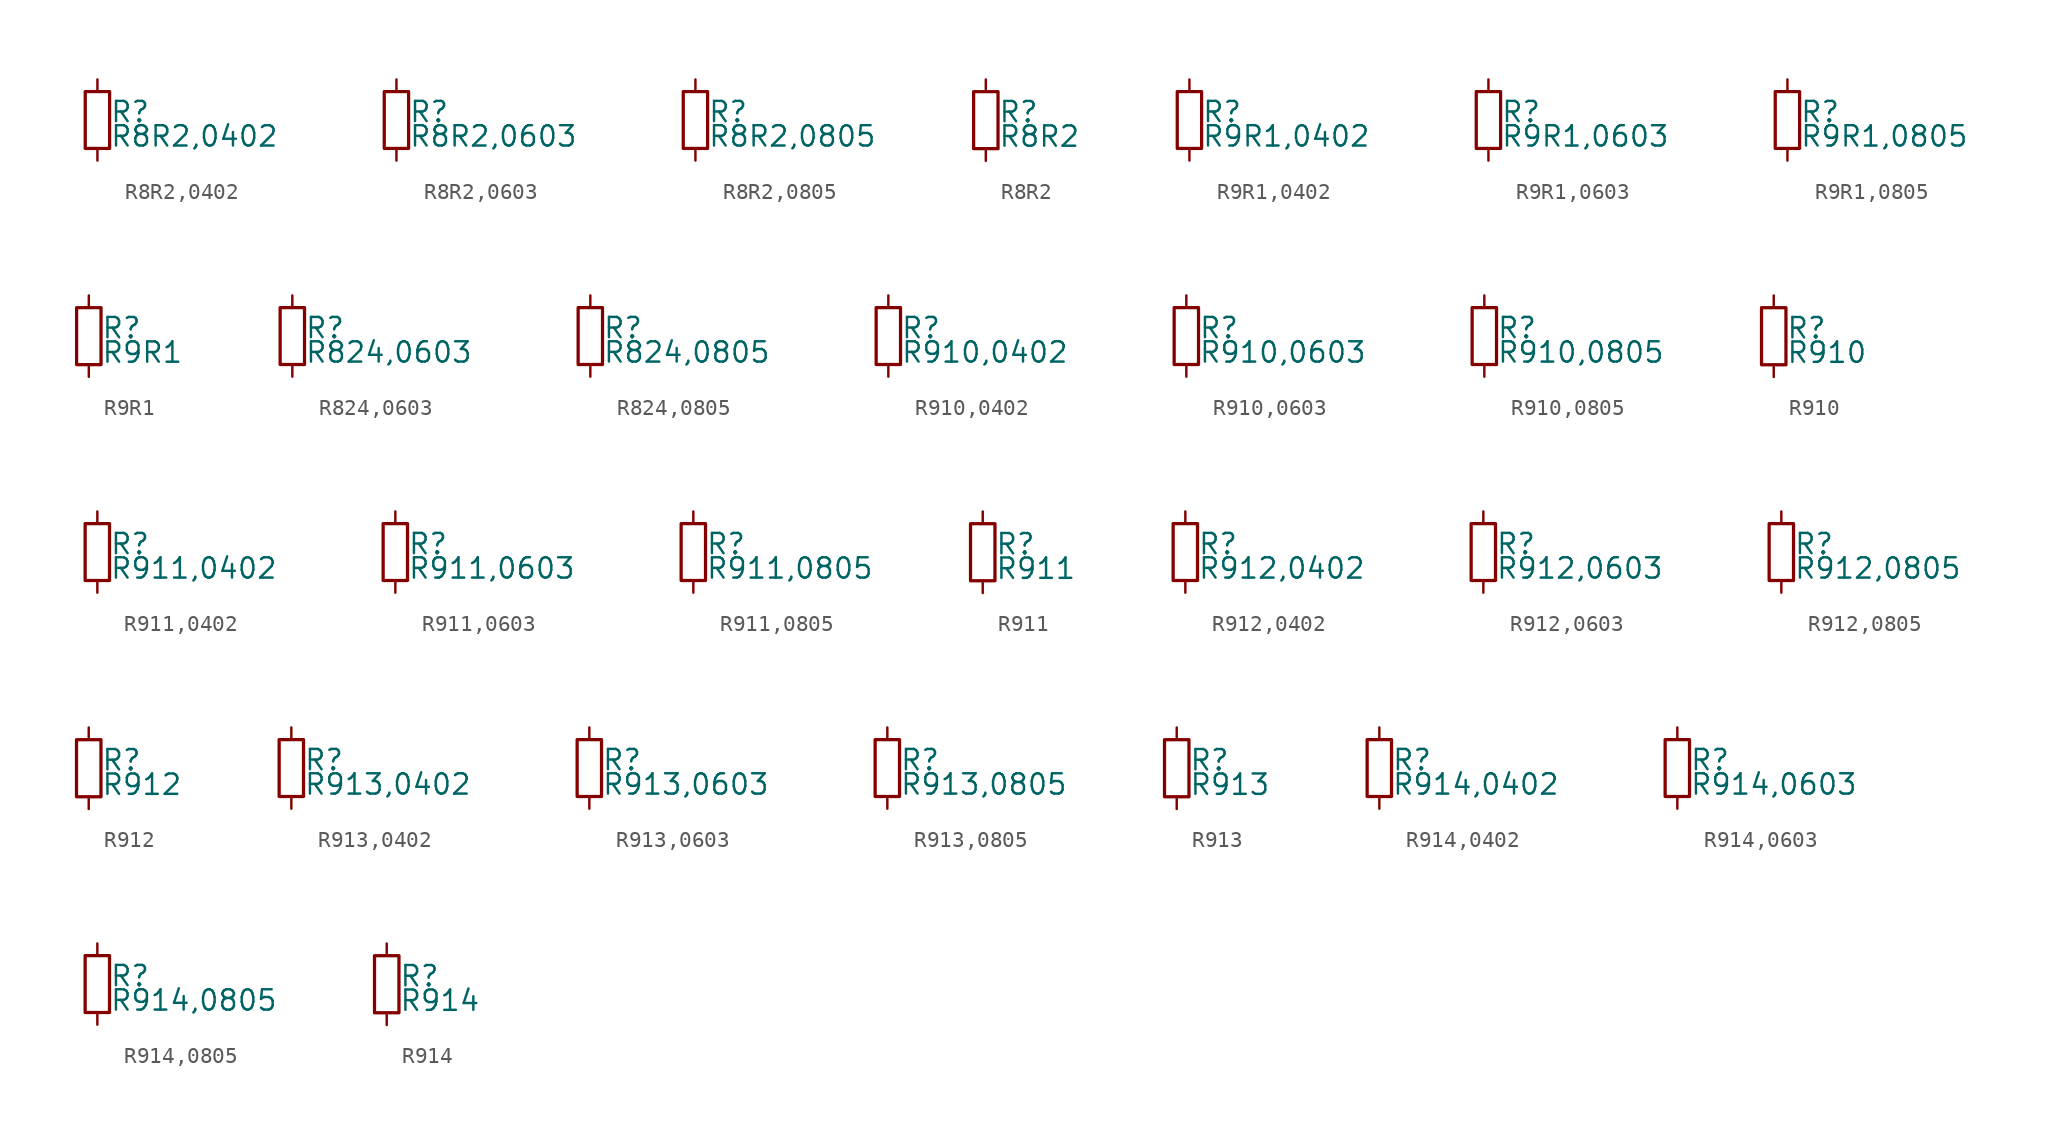
<source format=kicad_sym>
(kicad_symbol_lib
  (version 20211014)
  (generator kicad_symbol_editor)
  (symbol "R8R2,0402"
    (pin_numbers hide)
    (pin_names
      (offset 0.254) hide)
    (property "Reference" "R"
      (at 0.762 0.508 0)
      (effects (font (size 1.27 1.27)) (justify left)))
    (property "Value" "R8R2,0402"
      (at 0.762 -1.016 0)
      (effects (font (size 1.27 1.27)) (justify left)))
    (symbol "R8R2,0402_0_1"
      (rectangle (start -0.762 1.778) (end 0.762 -1.778) (stroke (width 0.203) (type default) (color 0 0 0 0)) (fill (type none))))
    (symbol "R8R2,0402_1_1"
      (pin passive line (at 0 2.54 270) (length 0.762) (name "~" (effects (font (size 1.27 1.27)))) (number "1" (effects (font (size 1.27 1.27)))))
      (pin passive line (at 0 -2.54 90) (length 0.762) (name "~" (effects (font (size 1.27 1.27)))) (number "2" (effects (font (size 1.27 1.27)))))))
  (symbol "R8R2,0603"
    (pin_numbers hide)
    (pin_names
      (offset 0.254) hide)
    (property "Reference" "R"
      (at 0.762 0.508 0)
      (effects (font (size 1.27 1.27)) (justify left)))
    (property "Value" "R8R2,0603"
      (at 0.762 -1.016 0)
      (effects (font (size 1.27 1.27)) (justify left)))
    (symbol "R8R2,0603_0_1"
      (rectangle (start -0.762 1.778) (end 0.762 -1.778) (stroke (width 0.203) (type default) (color 0 0 0 0)) (fill (type none))))
    (symbol "R8R2,0603_1_1"
      (pin passive line (at 0 2.54 270) (length 0.762) (name "~" (effects (font (size 1.27 1.27)))) (number "1" (effects (font (size 1.27 1.27)))))
      (pin passive line (at 0 -2.54 90) (length 0.762) (name "~" (effects (font (size 1.27 1.27)))) (number "2" (effects (font (size 1.27 1.27)))))))
  (symbol "R8R2,0805"
    (pin_numbers hide)
    (pin_names
      (offset 0.254) hide)
    (property "Reference" "R"
      (at 0.762 0.508 0)
      (effects (font (size 1.27 1.27)) (justify left)))
    (property "Value" "R8R2,0805"
      (at 0.762 -1.016 0)
      (effects (font (size 1.27 1.27)) (justify left)))
    (symbol "R8R2,0805_0_1"
      (rectangle (start -0.762 1.778) (end 0.762 -1.778) (stroke (width 0.203) (type default) (color 0 0 0 0)) (fill (type none))))
    (symbol "R8R2,0805_1_1"
      (pin passive line (at 0 2.54 270) (length 0.762) (name "~" (effects (font (size 1.27 1.27)))) (number "1" (effects (font (size 1.27 1.27)))))
      (pin passive line (at 0 -2.54 90) (length 0.762) (name "~" (effects (font (size 1.27 1.27)))) (number "2" (effects (font (size 1.27 1.27)))))))
  (symbol "R8R2"
    (pin_numbers hide)
    (pin_names
      (offset 0.254) hide)
    (property "Reference" "R"
      (at 0.762 0.508 0)
      (effects (font (size 1.27 1.27)) (justify left)))
    (property "Value" "R8R2"
      (at 0.762 -1.016 0)
      (effects (font (size 1.27 1.27)) (justify left)))
    (symbol "R8R2_0_1"
      (rectangle (start -0.762 1.778) (end 0.762 -1.778) (stroke (width 0.203) (type default) (color 0 0 0 0)) (fill (type none))))
    (symbol "R8R2_1_1"
      (pin passive line (at 0 2.54 270) (length 0.762) (name "~" (effects (font (size 1.27 1.27)))) (number "1" (effects (font (size 1.27 1.27)))))
      (pin passive line (at 0 -2.54 90) (length 0.762) (name "~" (effects (font (size 1.27 1.27)))) (number "2" (effects (font (size 1.27 1.27)))))))
  (symbol "R9R1,0402"
    (pin_numbers hide)
    (pin_names
      (offset 0.254) hide)
    (property "Reference" "R"
      (at 0.762 0.508 0)
      (effects (font (size 1.27 1.27)) (justify left)))
    (property "Value" "R9R1,0402"
      (at 0.762 -1.016 0)
      (effects (font (size 1.27 1.27)) (justify left)))
    (symbol "R9R1,0402_0_1"
      (rectangle (start -0.762 1.778) (end 0.762 -1.778) (stroke (width 0.203) (type default) (color 0 0 0 0)) (fill (type none))))
    (symbol "R9R1,0402_1_1"
      (pin passive line (at 0 2.54 270) (length 0.762) (name "~" (effects (font (size 1.27 1.27)))) (number "1" (effects (font (size 1.27 1.27)))))
      (pin passive line (at 0 -2.54 90) (length 0.762) (name "~" (effects (font (size 1.27 1.27)))) (number "2" (effects (font (size 1.27 1.27)))))))
  (symbol "R9R1,0603"
    (pin_numbers hide)
    (pin_names
      (offset 0.254) hide)
    (property "Reference" "R"
      (at 0.762 0.508 0)
      (effects (font (size 1.27 1.27)) (justify left)))
    (property "Value" "R9R1,0603"
      (at 0.762 -1.016 0)
      (effects (font (size 1.27 1.27)) (justify left)))
    (symbol "R9R1,0603_0_1"
      (rectangle (start -0.762 1.778) (end 0.762 -1.778) (stroke (width 0.203) (type default) (color 0 0 0 0)) (fill (type none))))
    (symbol "R9R1,0603_1_1"
      (pin passive line (at 0 2.54 270) (length 0.762) (name "~" (effects (font (size 1.27 1.27)))) (number "1" (effects (font (size 1.27 1.27)))))
      (pin passive line (at 0 -2.54 90) (length 0.762) (name "~" (effects (font (size 1.27 1.27)))) (number "2" (effects (font (size 1.27 1.27)))))))
  (symbol "R9R1,0805"
    (pin_numbers hide)
    (pin_names
      (offset 0.254) hide)
    (property "Reference" "R"
      (at 0.762 0.508 0)
      (effects (font (size 1.27 1.27)) (justify left)))
    (property "Value" "R9R1,0805"
      (at 0.762 -1.016 0)
      (effects (font (size 1.27 1.27)) (justify left)))
    (symbol "R9R1,0805_0_1"
      (rectangle (start -0.762 1.778) (end 0.762 -1.778) (stroke (width 0.203) (type default) (color 0 0 0 0)) (fill (type none))))
    (symbol "R9R1,0805_1_1"
      (pin passive line (at 0 2.54 270) (length 0.762) (name "~" (effects (font (size 1.27 1.27)))) (number "1" (effects (font (size 1.27 1.27)))))
      (pin passive line (at 0 -2.54 90) (length 0.762) (name "~" (effects (font (size 1.27 1.27)))) (number "2" (effects (font (size 1.27 1.27)))))))
  (symbol "R9R1"
    (pin_numbers hide)
    (pin_names
      (offset 0.254) hide)
    (property "Reference" "R"
      (at 0.762 0.508 0)
      (effects (font (size 1.27 1.27)) (justify left)))
    (property "Value" "R9R1"
      (at 0.762 -1.016 0)
      (effects (font (size 1.27 1.27)) (justify left)))
    (symbol "R9R1_0_1"
      (rectangle (start -0.762 1.778) (end 0.762 -1.778) (stroke (width 0.203) (type default) (color 0 0 0 0)) (fill (type none))))
    (symbol "R9R1_1_1"
      (pin passive line (at 0 2.54 270) (length 0.762) (name "~" (effects (font (size 1.27 1.27)))) (number "1" (effects (font (size 1.27 1.27)))))
      (pin passive line (at 0 -2.54 90) (length 0.762) (name "~" (effects (font (size 1.27 1.27)))) (number "2" (effects (font (size 1.27 1.27)))))))
  (symbol "R824,0603"
    (pin_numbers hide)
    (pin_names
      (offset 0.254) hide)
    (property "Reference" "R"
      (at 0.762 0.508 0)
      (effects (font (size 1.27 1.27)) (justify left)))
    (property "Value" "R824,0603"
      (at 0.762 -1.016 0)
      (effects (font (size 1.27 1.27)) (justify left)))
    (symbol "R824,0603_0_1"
      (rectangle (start -0.762 1.778) (end 0.762 -1.778) (stroke (width 0.203) (type default) (color 0 0 0 0)) (fill (type none))))
    (symbol "R824,0603_1_1"
      (pin passive line (at 0 2.54 270) (length 0.762) (name "~" (effects (font (size 1.27 1.27)))) (number "1" (effects (font (size 1.27 1.27)))))
      (pin passive line (at 0 -2.54 90) (length 0.762) (name "~" (effects (font (size 1.27 1.27)))) (number "2" (effects (font (size 1.27 1.27)))))))
  (symbol "R824,0805"
    (pin_numbers hide)
    (pin_names
      (offset 0.254) hide)
    (property "Reference" "R"
      (at 0.762 0.508 0)
      (effects (font (size 1.27 1.27)) (justify left)))
    (property "Value" "R824,0805"
      (at 0.762 -1.016 0)
      (effects (font (size 1.27 1.27)) (justify left)))
    (symbol "R824,0805_0_1"
      (rectangle (start -0.762 1.778) (end 0.762 -1.778) (stroke (width 0.203) (type default) (color 0 0 0 0)) (fill (type none))))
    (symbol "R824,0805_1_1"
      (pin passive line (at 0 2.54 270) (length 0.762) (name "~" (effects (font (size 1.27 1.27)))) (number "1" (effects (font (size 1.27 1.27)))))
      (pin passive line (at 0 -2.54 90) (length 0.762) (name "~" (effects (font (size 1.27 1.27)))) (number "2" (effects (font (size 1.27 1.27)))))))
  (symbol "R910,0402"
    (pin_numbers hide)
    (pin_names
      (offset 0.254) hide)
    (property "Reference" "R"
      (at 0.762 0.508 0)
      (effects (font (size 1.27 1.27)) (justify left)))
    (property "Value" "R910,0402"
      (at 0.762 -1.016 0)
      (effects (font (size 1.27 1.27)) (justify left)))
    (symbol "R910,0402_0_1"
      (rectangle (start -0.762 1.778) (end 0.762 -1.778) (stroke (width 0.203) (type default) (color 0 0 0 0)) (fill (type none))))
    (symbol "R910,0402_1_1"
      (pin passive line (at 0 2.54 270) (length 0.762) (name "~" (effects (font (size 1.27 1.27)))) (number "1" (effects (font (size 1.27 1.27)))))
      (pin passive line (at 0 -2.54 90) (length 0.762) (name "~" (effects (font (size 1.27 1.27)))) (number "2" (effects (font (size 1.27 1.27)))))))
  (symbol "R910,0603"
    (pin_numbers hide)
    (pin_names
      (offset 0.254) hide)
    (property "Reference" "R"
      (at 0.762 0.508 0)
      (effects (font (size 1.27 1.27)) (justify left)))
    (property "Value" "R910,0603"
      (at 0.762 -1.016 0)
      (effects (font (size 1.27 1.27)) (justify left)))
    (symbol "R910,0603_0_1"
      (rectangle (start -0.762 1.778) (end 0.762 -1.778) (stroke (width 0.203) (type default) (color 0 0 0 0)) (fill (type none))))
    (symbol "R910,0603_1_1"
      (pin passive line (at 0 2.54 270) (length 0.762) (name "~" (effects (font (size 1.27 1.27)))) (number "1" (effects (font (size 1.27 1.27)))))
      (pin passive line (at 0 -2.54 90) (length 0.762) (name "~" (effects (font (size 1.27 1.27)))) (number "2" (effects (font (size 1.27 1.27)))))))
  (symbol "R910,0805"
    (pin_numbers hide)
    (pin_names
      (offset 0.254) hide)
    (property "Reference" "R"
      (at 0.762 0.508 0)
      (effects (font (size 1.27 1.27)) (justify left)))
    (property "Value" "R910,0805"
      (at 0.762 -1.016 0)
      (effects (font (size 1.27 1.27)) (justify left)))
    (symbol "R910,0805_0_1"
      (rectangle (start -0.762 1.778) (end 0.762 -1.778) (stroke (width 0.203) (type default) (color 0 0 0 0)) (fill (type none))))
    (symbol "R910,0805_1_1"
      (pin passive line (at 0 2.54 270) (length 0.762) (name "~" (effects (font (size 1.27 1.27)))) (number "1" (effects (font (size 1.27 1.27)))))
      (pin passive line (at 0 -2.54 90) (length 0.762) (name "~" (effects (font (size 1.27 1.27)))) (number "2" (effects (font (size 1.27 1.27)))))))
  (symbol "R910"
    (pin_numbers hide)
    (pin_names
      (offset 0.254) hide)
    (property "Reference" "R"
      (at 0.762 0.508 0)
      (effects (font (size 1.27 1.27)) (justify left)))
    (property "Value" "R910"
      (at 0.762 -1.016 0)
      (effects (font (size 1.27 1.27)) (justify left)))
    (symbol "R910_0_1"
      (rectangle (start -0.762 1.778) (end 0.762 -1.778) (stroke (width 0.203) (type default) (color 0 0 0 0)) (fill (type none))))
    (symbol "R910_1_1"
      (pin passive line (at 0 2.54 270) (length 0.762) (name "~" (effects (font (size 1.27 1.27)))) (number "1" (effects (font (size 1.27 1.27)))))
      (pin passive line (at 0 -2.54 90) (length 0.762) (name "~" (effects (font (size 1.27 1.27)))) (number "2" (effects (font (size 1.27 1.27)))))))
  (symbol "R911,0402"
    (pin_numbers hide)
    (pin_names
      (offset 0.254) hide)
    (property "Reference" "R"
      (at 0.762 0.508 0)
      (effects (font (size 1.27 1.27)) (justify left)))
    (property "Value" "R911,0402"
      (at 0.762 -1.016 0)
      (effects (font (size 1.27 1.27)) (justify left)))
    (symbol "R911,0402_0_1"
      (rectangle (start -0.762 1.778) (end 0.762 -1.778) (stroke (width 0.203) (type default) (color 0 0 0 0)) (fill (type none))))
    (symbol "R911,0402_1_1"
      (pin passive line (at 0 2.54 270) (length 0.762) (name "~" (effects (font (size 1.27 1.27)))) (number "1" (effects (font (size 1.27 1.27)))))
      (pin passive line (at 0 -2.54 90) (length 0.762) (name "~" (effects (font (size 1.27 1.27)))) (number "2" (effects (font (size 1.27 1.27)))))))
  (symbol "R911,0603"
    (pin_numbers hide)
    (pin_names
      (offset 0.254) hide)
    (property "Reference" "R"
      (at 0.762 0.508 0)
      (effects (font (size 1.27 1.27)) (justify left)))
    (property "Value" "R911,0603"
      (at 0.762 -1.016 0)
      (effects (font (size 1.27 1.27)) (justify left)))
    (symbol "R911,0603_0_1"
      (rectangle (start -0.762 1.778) (end 0.762 -1.778) (stroke (width 0.203) (type default) (color 0 0 0 0)) (fill (type none))))
    (symbol "R911,0603_1_1"
      (pin passive line (at 0 2.54 270) (length 0.762) (name "~" (effects (font (size 1.27 1.27)))) (number "1" (effects (font (size 1.27 1.27)))))
      (pin passive line (at 0 -2.54 90) (length 0.762) (name "~" (effects (font (size 1.27 1.27)))) (number "2" (effects (font (size 1.27 1.27)))))))
  (symbol "R911,0805"
    (pin_numbers hide)
    (pin_names
      (offset 0.254) hide)
    (property "Reference" "R"
      (at 0.762 0.508 0)
      (effects (font (size 1.27 1.27)) (justify left)))
    (property "Value" "R911,0805"
      (at 0.762 -1.016 0)
      (effects (font (size 1.27 1.27)) (justify left)))
    (symbol "R911,0805_0_1"
      (rectangle (start -0.762 1.778) (end 0.762 -1.778) (stroke (width 0.203) (type default) (color 0 0 0 0)) (fill (type none))))
    (symbol "R911,0805_1_1"
      (pin passive line (at 0 2.54 270) (length 0.762) (name "~" (effects (font (size 1.27 1.27)))) (number "1" (effects (font (size 1.27 1.27)))))
      (pin passive line (at 0 -2.54 90) (length 0.762) (name "~" (effects (font (size 1.27 1.27)))) (number "2" (effects (font (size 1.27 1.27)))))))
  (symbol "R911"
    (pin_numbers hide)
    (pin_names
      (offset 0.254) hide)
    (property "Reference" "R"
      (at 0.762 0.508 0)
      (effects (font (size 1.27 1.27)) (justify left)))
    (property "Value" "R911"
      (at 0.762 -1.016 0)
      (effects (font (size 1.27 1.27)) (justify left)))
    (symbol "R911_0_1"
      (rectangle (start -0.762 1.778) (end 0.762 -1.778) (stroke (width 0.203) (type default) (color 0 0 0 0)) (fill (type none))))
    (symbol "R911_1_1"
      (pin passive line (at 0 2.54 270) (length 0.762) (name "~" (effects (font (size 1.27 1.27)))) (number "1" (effects (font (size 1.27 1.27)))))
      (pin passive line (at 0 -2.54 90) (length 0.762) (name "~" (effects (font (size 1.27 1.27)))) (number "2" (effects (font (size 1.27 1.27)))))))
  (symbol "R912,0402"
    (pin_numbers hide)
    (pin_names
      (offset 0.254) hide)
    (property "Reference" "R"
      (at 0.762 0.508 0)
      (effects (font (size 1.27 1.27)) (justify left)))
    (property "Value" "R912,0402"
      (at 0.762 -1.016 0)
      (effects (font (size 1.27 1.27)) (justify left)))
    (symbol "R912,0402_0_1"
      (rectangle (start -0.762 1.778) (end 0.762 -1.778) (stroke (width 0.203) (type default) (color 0 0 0 0)) (fill (type none))))
    (symbol "R912,0402_1_1"
      (pin passive line (at 0 2.54 270) (length 0.762) (name "~" (effects (font (size 1.27 1.27)))) (number "1" (effects (font (size 1.27 1.27)))))
      (pin passive line (at 0 -2.54 90) (length 0.762) (name "~" (effects (font (size 1.27 1.27)))) (number "2" (effects (font (size 1.27 1.27)))))))
  (symbol "R912,0603"
    (pin_numbers hide)
    (pin_names
      (offset 0.254) hide)
    (property "Reference" "R"
      (at 0.762 0.508 0)
      (effects (font (size 1.27 1.27)) (justify left)))
    (property "Value" "R912,0603"
      (at 0.762 -1.016 0)
      (effects (font (size 1.27 1.27)) (justify left)))
    (symbol "R912,0603_0_1"
      (rectangle (start -0.762 1.778) (end 0.762 -1.778) (stroke (width 0.203) (type default) (color 0 0 0 0)) (fill (type none))))
    (symbol "R912,0603_1_1"
      (pin passive line (at 0 2.54 270) (length 0.762) (name "~" (effects (font (size 1.27 1.27)))) (number "1" (effects (font (size 1.27 1.27)))))
      (pin passive line (at 0 -2.54 90) (length 0.762) (name "~" (effects (font (size 1.27 1.27)))) (number "2" (effects (font (size 1.27 1.27)))))))
  (symbol "R912,0805"
    (pin_numbers hide)
    (pin_names
      (offset 0.254) hide)
    (property "Reference" "R"
      (at 0.762 0.508 0)
      (effects (font (size 1.27 1.27)) (justify left)))
    (property "Value" "R912,0805"
      (at 0.762 -1.016 0)
      (effects (font (size 1.27 1.27)) (justify left)))
    (symbol "R912,0805_0_1"
      (rectangle (start -0.762 1.778) (end 0.762 -1.778) (stroke (width 0.203) (type default) (color 0 0 0 0)) (fill (type none))))
    (symbol "R912,0805_1_1"
      (pin passive line (at 0 2.54 270) (length 0.762) (name "~" (effects (font (size 1.27 1.27)))) (number "1" (effects (font (size 1.27 1.27)))))
      (pin passive line (at 0 -2.54 90) (length 0.762) (name "~" (effects (font (size 1.27 1.27)))) (number "2" (effects (font (size 1.27 1.27)))))))
  (symbol "R912"
    (pin_numbers hide)
    (pin_names
      (offset 0.254) hide)
    (property "Reference" "R"
      (at 0.762 0.508 0)
      (effects (font (size 1.27 1.27)) (justify left)))
    (property "Value" "R912"
      (at 0.762 -1.016 0)
      (effects (font (size 1.27 1.27)) (justify left)))
    (symbol "R912_0_1"
      (rectangle (start -0.762 1.778) (end 0.762 -1.778) (stroke (width 0.203) (type default) (color 0 0 0 0)) (fill (type none))))
    (symbol "R912_1_1"
      (pin passive line (at 0 2.54 270) (length 0.762) (name "~" (effects (font (size 1.27 1.27)))) (number "1" (effects (font (size 1.27 1.27)))))
      (pin passive line (at 0 -2.54 90) (length 0.762) (name "~" (effects (font (size 1.27 1.27)))) (number "2" (effects (font (size 1.27 1.27)))))))
  (symbol "R913,0402"
    (pin_numbers hide)
    (pin_names
      (offset 0.254) hide)
    (property "Reference" "R"
      (at 0.762 0.508 0)
      (effects (font (size 1.27 1.27)) (justify left)))
    (property "Value" "R913,0402"
      (at 0.762 -1.016 0)
      (effects (font (size 1.27 1.27)) (justify left)))
    (symbol "R913,0402_0_1"
      (rectangle (start -0.762 1.778) (end 0.762 -1.778) (stroke (width 0.203) (type default) (color 0 0 0 0)) (fill (type none))))
    (symbol "R913,0402_1_1"
      (pin passive line (at 0 2.54 270) (length 0.762) (name "~" (effects (font (size 1.27 1.27)))) (number "1" (effects (font (size 1.27 1.27)))))
      (pin passive line (at 0 -2.54 90) (length 0.762) (name "~" (effects (font (size 1.27 1.27)))) (number "2" (effects (font (size 1.27 1.27)))))))
  (symbol "R913,0603"
    (pin_numbers hide)
    (pin_names
      (offset 0.254) hide)
    (property "Reference" "R"
      (at 0.762 0.508 0)
      (effects (font (size 1.27 1.27)) (justify left)))
    (property "Value" "R913,0603"
      (at 0.762 -1.016 0)
      (effects (font (size 1.27 1.27)) (justify left)))
    (symbol "R913,0603_0_1"
      (rectangle (start -0.762 1.778) (end 0.762 -1.778) (stroke (width 0.203) (type default) (color 0 0 0 0)) (fill (type none))))
    (symbol "R913,0603_1_1"
      (pin passive line (at 0 2.54 270) (length 0.762) (name "~" (effects (font (size 1.27 1.27)))) (number "1" (effects (font (size 1.27 1.27)))))
      (pin passive line (at 0 -2.54 90) (length 0.762) (name "~" (effects (font (size 1.27 1.27)))) (number "2" (effects (font (size 1.27 1.27)))))))
  (symbol "R913,0805"
    (pin_numbers hide)
    (pin_names
      (offset 0.254) hide)
    (property "Reference" "R"
      (at 0.762 0.508 0)
      (effects (font (size 1.27 1.27)) (justify left)))
    (property "Value" "R913,0805"
      (at 0.762 -1.016 0)
      (effects (font (size 1.27 1.27)) (justify left)))
    (symbol "R913,0805_0_1"
      (rectangle (start -0.762 1.778) (end 0.762 -1.778) (stroke (width 0.203) (type default) (color 0 0 0 0)) (fill (type none))))
    (symbol "R913,0805_1_1"
      (pin passive line (at 0 2.54 270) (length 0.762) (name "~" (effects (font (size 1.27 1.27)))) (number "1" (effects (font (size 1.27 1.27)))))
      (pin passive line (at 0 -2.54 90) (length 0.762) (name "~" (effects (font (size 1.27 1.27)))) (number "2" (effects (font (size 1.27 1.27)))))))
  (symbol "R913"
    (pin_numbers hide)
    (pin_names
      (offset 0.254) hide)
    (property "Reference" "R"
      (at 0.762 0.508 0)
      (effects (font (size 1.27 1.27)) (justify left)))
    (property "Value" "R913"
      (at 0.762 -1.016 0)
      (effects (font (size 1.27 1.27)) (justify left)))
    (symbol "R913_0_1"
      (rectangle (start -0.762 1.778) (end 0.762 -1.778) (stroke (width 0.203) (type default) (color 0 0 0 0)) (fill (type none))))
    (symbol "R913_1_1"
      (pin passive line (at 0 2.54 270) (length 0.762) (name "~" (effects (font (size 1.27 1.27)))) (number "1" (effects (font (size 1.27 1.27)))))
      (pin passive line (at 0 -2.54 90) (length 0.762) (name "~" (effects (font (size 1.27 1.27)))) (number "2" (effects (font (size 1.27 1.27)))))))
  (symbol "R914,0402"
    (pin_numbers hide)
    (pin_names
      (offset 0.254) hide)
    (property "Reference" "R"
      (at 0.762 0.508 0)
      (effects (font (size 1.27 1.27)) (justify left)))
    (property "Value" "R914,0402"
      (at 0.762 -1.016 0)
      (effects (font (size 1.27 1.27)) (justify left)))
    (symbol "R914,0402_0_1"
      (rectangle (start -0.762 1.778) (end 0.762 -1.778) (stroke (width 0.203) (type default) (color 0 0 0 0)) (fill (type none))))
    (symbol "R914,0402_1_1"
      (pin passive line (at 0 2.54 270) (length 0.762) (name "~" (effects (font (size 1.27 1.27)))) (number "1" (effects (font (size 1.27 1.27)))))
      (pin passive line (at 0 -2.54 90) (length 0.762) (name "~" (effects (font (size 1.27 1.27)))) (number "2" (effects (font (size 1.27 1.27)))))))
  (symbol "R914,0603"
    (pin_numbers hide)
    (pin_names
      (offset 0.254) hide)
    (property "Reference" "R"
      (at 0.762 0.508 0)
      (effects (font (size 1.27 1.27)) (justify left)))
    (property "Value" "R914,0603"
      (at 0.762 -1.016 0)
      (effects (font (size 1.27 1.27)) (justify left)))
    (symbol "R914,0603_0_1"
      (rectangle (start -0.762 1.778) (end 0.762 -1.778) (stroke (width 0.203) (type default) (color 0 0 0 0)) (fill (type none))))
    (symbol "R914,0603_1_1"
      (pin passive line (at 0 2.54 270) (length 0.762) (name "~" (effects (font (size 1.27 1.27)))) (number "1" (effects (font (size 1.27 1.27)))))
      (pin passive line (at 0 -2.54 90) (length 0.762) (name "~" (effects (font (size 1.27 1.27)))) (number "2" (effects (font (size 1.27 1.27)))))))
  (symbol "R914,0805"
    (pin_numbers hide)
    (pin_names
      (offset 0.254) hide)
    (property "Reference" "R"
      (at 0.762 0.508 0)
      (effects (font (size 1.27 1.27)) (justify left)))
    (property "Value" "R914,0805"
      (at 0.762 -1.016 0)
      (effects (font (size 1.27 1.27)) (justify left)))
    (symbol "R914,0805_0_1"
      (rectangle (start -0.762 1.778) (end 0.762 -1.778) (stroke (width 0.203) (type default) (color 0 0 0 0)) (fill (type none))))
    (symbol "R914,0805_1_1"
      (pin passive line (at 0 2.54 270) (length 0.762) (name "~" (effects (font (size 1.27 1.27)))) (number "1" (effects (font (size 1.27 1.27)))))
      (pin passive line (at 0 -2.54 90) (length 0.762) (name "~" (effects (font (size 1.27 1.27)))) (number "2" (effects (font (size 1.27 1.27)))))))
  (symbol "R914"
    (pin_numbers hide)
    (pin_names
      (offset 0.254) hide)
    (property "Reference" "R"
      (at 0.762 0.508 0)
      (effects (font (size 1.27 1.27)) (justify left)))
    (property "Value" "R914"
      (at 0.762 -1.016 0)
      (effects (font (size 1.27 1.27)) (justify left)))
    (symbol "R914_0_1"
      (rectangle (start -0.762 1.778) (end 0.762 -1.778) (stroke (width 0.203) (type default) (color 0 0 0 0)) (fill (type none))))
    (symbol "R914_1_1"
      (pin passive line (at 0 2.54 270) (length 0.762) (name "~" (effects (font (size 1.27 1.27)))) (number "1" (effects (font (size 1.27 1.27)))))
      (pin passive line (at 0 -2.54 90) (length 0.762) (name "~" (effects (font (size 1.27 1.27)))) (number "2" (effects (font (size 1.27 1.27))))))))
</source>
